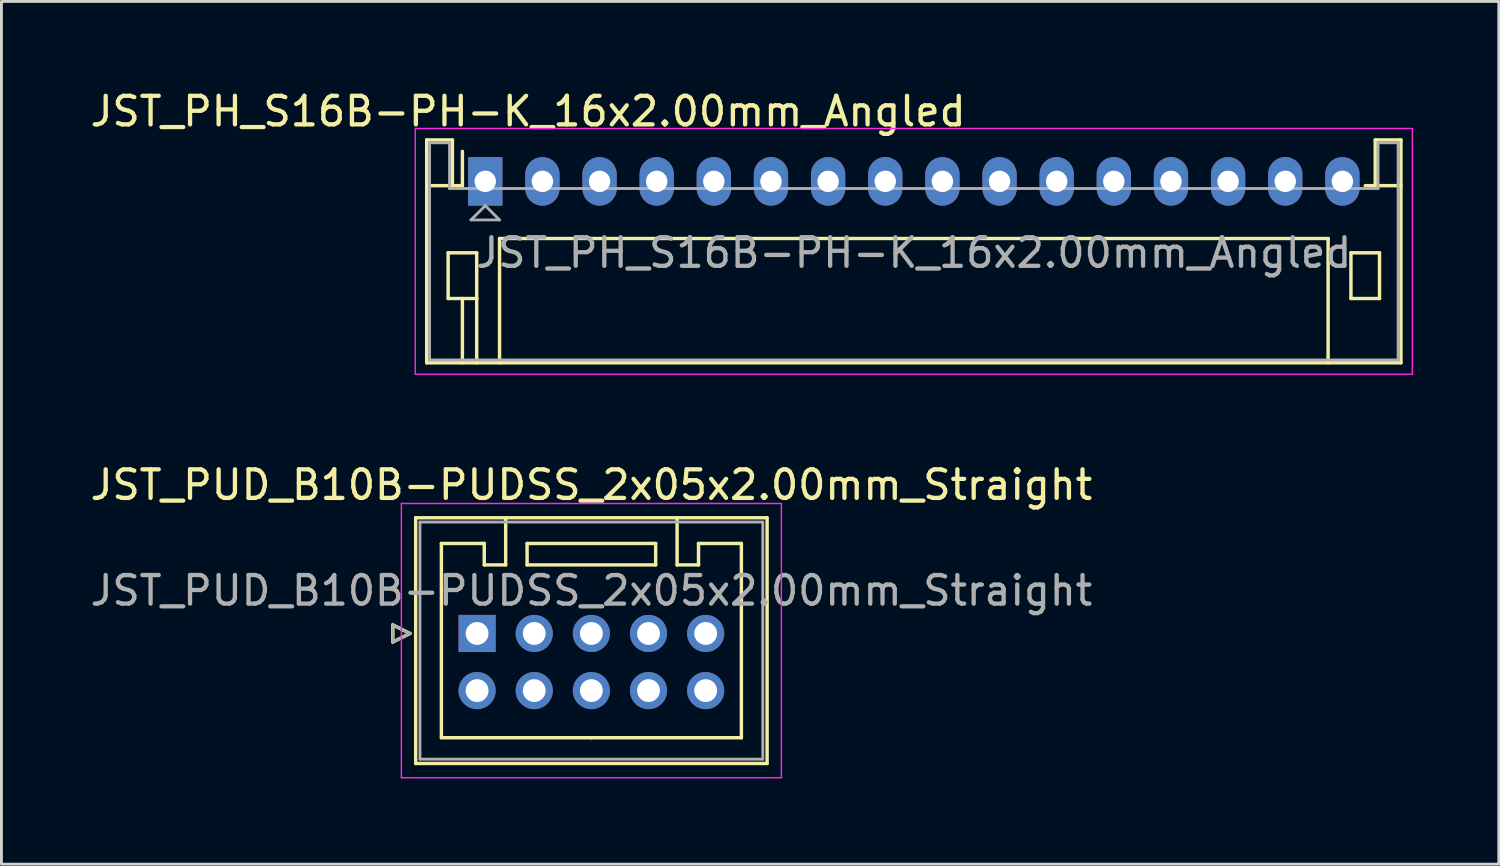
<source format=kicad_pcb>
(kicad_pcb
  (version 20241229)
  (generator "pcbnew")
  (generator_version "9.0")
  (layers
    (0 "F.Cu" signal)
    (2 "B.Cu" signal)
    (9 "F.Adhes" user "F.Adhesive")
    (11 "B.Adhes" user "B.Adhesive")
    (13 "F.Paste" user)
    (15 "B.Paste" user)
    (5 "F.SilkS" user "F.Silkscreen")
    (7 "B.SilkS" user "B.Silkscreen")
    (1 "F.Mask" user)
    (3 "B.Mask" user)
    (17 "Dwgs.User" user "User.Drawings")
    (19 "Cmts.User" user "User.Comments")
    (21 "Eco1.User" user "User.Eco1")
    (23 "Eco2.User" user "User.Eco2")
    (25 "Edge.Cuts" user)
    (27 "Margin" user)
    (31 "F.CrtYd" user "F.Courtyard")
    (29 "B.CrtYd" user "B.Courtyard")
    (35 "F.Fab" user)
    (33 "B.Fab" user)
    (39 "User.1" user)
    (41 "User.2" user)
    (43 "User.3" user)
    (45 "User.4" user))
  (footprint "JST_PUD_B10B-PUDSS_2x05x2.00mm_Straight"
    (layer "F.Cu")
    (at 13.649 19.122)
    (property "Reference" "JST_PUD_B10B-PUDSS_2x05x2.00mm_Straight" (at 4 -5.2 0) (layer "F.SilkS") (effects (font (size 1 1) (thickness 0.15))))
    (attr through_hole)
    (fp_line (start -2.95 -0.3) (end -2.35 0) (stroke (width 0.12) (type solid)) (layer "F.SilkS"))
    (fp_line (start -2.95 0.3) (end -2.95 -0.3) (stroke (width 0.12) (type solid)) (layer "F.SilkS"))
    (fp_line (start -2.35 0) (end -2.95 0.3) (stroke (width 0.12) (type solid)) (layer "F.SilkS"))
    (fp_line (start -2.15 -4.05) (end -2.15 4.55) (stroke (width 0.12) (type solid)) (layer "F.SilkS"))
    (fp_line (start -2.15 4.55) (end 10.15 4.55) (stroke (width 0.12) (type solid)) (layer "F.SilkS"))
    (fp_line (start -1.25 -3.15) (end -1.25 3.65) (stroke (width 0.12) (type solid)) (layer "F.SilkS"))
    (fp_line (start -1.25 3.65) (end 4 3.65) (stroke (width 0.12) (type solid)) (layer "F.SilkS"))
    (fp_line (start 0.25 -3.15) (end -1.25 -3.15) (stroke (width 0.12) (type solid)) (layer "F.SilkS"))
    (fp_line (start 0.25 -2.4) (end 0.25 -3.15) (stroke (width 0.12) (type solid)) (layer "F.SilkS"))
    (fp_line (start 1 -4.05) (end 1 -2.4) (stroke (width 0.12) (type solid)) (layer "F.SilkS"))
    (fp_line (start 1 -2.4) (end 0.25 -2.4) (stroke (width 0.12) (type solid)) (layer "F.SilkS"))
    (fp_line (start 1.75 -3.15) (end 1.75 -2.4) (stroke (width 0.12) (type solid)) (layer "F.SilkS"))
    (fp_line (start 1.75 -2.4) (end 6.25 -2.4) (stroke (width 0.12) (type solid)) (layer "F.SilkS"))
    (fp_line (start 6.25 -3.15) (end 1.75 -3.15) (stroke (width 0.12) (type solid)) (layer "F.SilkS"))
    (fp_line (start 6.25 -2.4) (end 6.25 -3.15) (stroke (width 0.12) (type solid)) (layer "F.SilkS"))
    (fp_line (start 7 -4.05) (end 7 -2.4) (stroke (width 0.12) (type solid)) (layer "F.SilkS"))
    (fp_line (start 7 -2.4) (end 7.75 -2.4) (stroke (width 0.12) (type solid)) (layer "F.SilkS"))
    (fp_line (start 7.75 -3.15) (end 9.25 -3.15) (stroke (width 0.12) (type solid)) (layer "F.SilkS"))
    (fp_line (start 7.75 -2.4) (end 7.75 -3.15) (stroke (width 0.12) (type solid)) (layer "F.SilkS"))
    (fp_line (start 9.25 -3.15) (end 9.25 3.65) (stroke (width 0.12) (type solid)) (layer "F.SilkS"))
    (fp_line (start 9.25 3.65) (end 4 3.65) (stroke (width 0.12) (type solid)) (layer "F.SilkS"))
    (fp_line (start 10.15 -4.05) (end -2.15 -4.05) (stroke (width 0.12) (type solid)) (layer "F.SilkS"))
    (fp_line (start 10.15 4.55) (end 10.15 -4.05) (stroke (width 0.12) (type solid)) (layer "F.SilkS"))
    (fp_line (start -2.65 -4.55) (end -2.65 5.05) (stroke (width 0.05) (type solid)) (layer "F.CrtYd"))
    (fp_line (start -2.65 5.05) (end 10.65 5.05) (stroke (width 0.05) (type solid)) (layer "F.CrtYd"))
    (fp_line (start 10.65 -4.55) (end -2.65 -4.55) (stroke (width 0.05) (type solid)) (layer "F.CrtYd"))
    (fp_line (start 10.65 5.05) (end 10.65 -4.55) (stroke (width 0.05) (type solid)) (layer "F.CrtYd"))
    (fp_line (start -2.95 -0.3) (end -2.35 0) (stroke (width 0.1) (type solid)) (layer "F.Fab"))
    (fp_line (start -2.95 0.3) (end -2.95 -0.3) (stroke (width 0.1) (type solid)) (layer "F.Fab"))
    (fp_line (start -2.35 0) (end -2.95 0.3) (stroke (width 0.1) (type solid)) (layer "F.Fab"))
    (fp_line (start -2 -3.9) (end -2 4.4) (stroke (width 0.1) (type solid)) (layer "F.Fab"))
    (fp_line (start -2 4.4) (end 10 4.4) (stroke (width 0.1) (type solid)) (layer "F.Fab"))
    (fp_line (start 10 -3.9) (end -2 -3.9) (stroke (width 0.1) (type solid)) (layer "F.Fab"))
    (fp_line (start 10 4.4) (end 10 -3.9) (stroke (width 0.1) (type solid)) (layer "F.Fab"))
    (fp_text user "${REFERENCE}" (at 4 -1.5 0) (layer "F.Fab") (effects (font (size 1 1) (thickness 0.15))))
    (pad "1" thru_hole rect (at 0 0) (size 1.3 1.3) (drill 0.8) (layers "*.Cu" "*.Mask"))
    (pad "2" thru_hole circle (at 0 2) (size 1.3 1.3) (drill 0.8) (layers "*.Cu" "*.Mask"))
    (pad "3" thru_hole circle (at 2 0) (size 1.3 1.3) (drill 0.8) (layers "*.Cu" "*.Mask"))
    (pad "4" thru_hole circle (at 2 2) (size 1.3 1.3) (drill 0.8) (layers "*.Cu" "*.Mask"))
    (pad "5" thru_hole circle (at 4 0) (size 1.3 1.3) (drill 0.8) (layers "*.Cu" "*.Mask"))
    (pad "6" thru_hole circle (at 4 2) (size 1.3 1.3) (drill 0.8) (layers "*.Cu" "*.Mask"))
    (pad "7" thru_hole circle (at 6 0) (size 1.3 1.3) (drill 0.8) (layers "*.Cu" "*.Mask"))
    (pad "8" thru_hole circle (at 6 2) (size 1.3 1.3) (drill 0.8) (layers "*.Cu" "*.Mask"))
    (pad "9" thru_hole circle (at 8 0) (size 1.3 1.3) (drill 0.8) (layers "*.Cu" "*.Mask"))
    (pad "10" thru_hole circle (at 8 2) (size 1.3 1.3) (drill 0.8) (layers "*.Cu" "*.Mask")))
  (footprint "JST_PH_S16B-PH-K_16x2.00mm_Angled"
    (layer "F.Cu")
    (at 13.935 3.298)
    (property "Reference" "JST_PH_S16B-PH-K_16x2.00mm_Angled" (at 1.5 -2.45 0) (layer "F.SilkS") (effects (font (size 1 1) (thickness 0.15))))
    (attr through_hole)
    (fp_line (start -2.05 -1.45) (end -2.05 6.35) (stroke (width 0.12) (type solid)) (layer "F.SilkS"))
    (fp_line (start -2.05 0.15) (end -1.15 0.15) (stroke (width 0.12) (type solid)) (layer "F.SilkS"))
    (fp_line (start -2.05 6.35) (end 32.05 6.35) (stroke (width 0.12) (type solid)) (layer "F.SilkS"))
    (fp_line (start -1.3 2.5) (end -1.3 4.1) (stroke (width 0.12) (type solid)) (layer "F.SilkS"))
    (fp_line (start -1.3 4.1) (end -0.3 4.1) (stroke (width 0.12) (type solid)) (layer "F.SilkS"))
    (fp_line (start -1.15 -1.45) (end -2.05 -1.45) (stroke (width 0.12) (type solid)) (layer "F.SilkS"))
    (fp_line (start -1.15 0.15) (end -1.15 -1.45) (stroke (width 0.12) (type solid)) (layer "F.SilkS"))
    (fp_line (start -0.8 0.15) (end -1.15 0.15) (stroke (width 0.12) (type solid)) (layer "F.SilkS"))
    (fp_line (start -0.8 0.15) (end -0.8 -1.05) (stroke (width 0.12) (type solid)) (layer "F.SilkS"))
    (fp_line (start -0.8 4.1) (end -0.8 6.35) (stroke (width 0.12) (type solid)) (layer "F.SilkS"))
    (fp_line (start -0.3 2.5) (end -1.3 2.5) (stroke (width 0.12) (type solid)) (layer "F.SilkS"))
    (fp_line (start -0.3 4.1) (end -0.3 2.5) (stroke (width 0.12) (type solid)) (layer "F.SilkS"))
    (fp_line (start -0.3 4.1) (end -0.3 6.35) (stroke (width 0.12) (type solid)) (layer "F.SilkS"))
    (fp_line (start 0.5 2) (end 29.5 2) (stroke (width 0.12) (type solid)) (layer "F.SilkS"))
    (fp_line (start 0.5 6.35) (end 0.5 2) (stroke (width 0.12) (type solid)) (layer "F.SilkS"))
    (fp_line (start 29.5 2) (end 29.5 6.35) (stroke (width 0.12) (type solid)) (layer "F.SilkS"))
    (fp_line (start 30.3 2.5) (end 31.3 2.5) (stroke (width 0.12) (type solid)) (layer "F.SilkS"))
    (fp_line (start 30.3 4.1) (end 30.3 2.5) (stroke (width 0.12) (type solid)) (layer "F.SilkS"))
    (fp_line (start 31.15 -1.45) (end 31.15 0.15) (stroke (width 0.12) (type solid)) (layer "F.SilkS"))
    (fp_line (start 31.15 0.15) (end 30.8 0.15) (stroke (width 0.12) (type solid)) (layer "F.SilkS"))
    (fp_line (start 31.3 2.5) (end 31.3 4.1) (stroke (width 0.12) (type solid)) (layer "F.SilkS"))
    (fp_line (start 31.3 4.1) (end 30.3 4.1) (stroke (width 0.12) (type solid)) (layer "F.SilkS"))
    (fp_line (start 32.05 -1.45) (end 31.15 -1.45) (stroke (width 0.12) (type solid)) (layer "F.SilkS"))
    (fp_line (start 32.05 0.15) (end 31.15 0.15) (stroke (width 0.12) (type solid)) (layer "F.SilkS"))
    (fp_line (start 32.05 6.35) (end 32.05 -1.45) (stroke (width 0.12) (type solid)) (layer "F.SilkS"))
    (fp_line (start -2.45 -1.85) (end -2.45 6.75) (stroke (width 0.05) (type solid)) (layer "F.CrtYd"))
    (fp_line (start -2.45 6.75) (end 32.45 6.75) (stroke (width 0.05) (type solid)) (layer "F.CrtYd"))
    (fp_line (start 32.45 -1.85) (end -2.45 -1.85) (stroke (width 0.05) (type solid)) (layer "F.CrtYd"))
    (fp_line (start 32.45 6.75) (end 32.45 -1.85) (stroke (width 0.05) (type solid)) (layer "F.CrtYd"))
    (fp_line (start -1.95 -1.35) (end -1.95 6.25) (stroke (width 0.1) (type solid)) (layer "F.Fab"))
    (fp_line (start -1.95 6.25) (end 31.95 6.25) (stroke (width 0.1) (type solid)) (layer "F.Fab"))
    (fp_line (start -1.25 -1.35) (end -1.95 -1.35) (stroke (width 0.1) (type solid)) (layer "F.Fab"))
    (fp_line (start -1.25 0.25) (end -1.25 -1.35) (stroke (width 0.1) (type solid)) (layer "F.Fab"))
    (fp_line (start -0.5 1.35) (end 0.5 1.35) (stroke (width 0.1) (type solid)) (layer "F.Fab"))
    (fp_line (start 0 0.85) (end -0.5 1.35) (stroke (width 0.1) (type solid)) (layer "F.Fab"))
    (fp_line (start 0.5 1.35) (end 0 0.85) (stroke (width 0.1) (type solid)) (layer "F.Fab"))
    (fp_line (start 31.25 -1.35) (end 31.25 0.25) (stroke (width 0.1) (type solid)) (layer "F.Fab"))
    (fp_line (start 31.25 0.25) (end -1.25 0.25) (stroke (width 0.1) (type solid)) (layer "F.Fab"))
    (fp_line (start 31.95 -1.35) (end 31.25 -1.35) (stroke (width 0.1) (type solid)) (layer "F.Fab"))
    (fp_line (start 31.95 6.25) (end 31.95 -1.35) (stroke (width 0.1) (type solid)) (layer "F.Fab"))
    (fp_text user "${REFERENCE}" (at 15 2.5 0) (layer "F.Fab") (effects (font (size 1 1) (thickness 0.15))))
    (pad "1" thru_hole rect (at 0 0) (size 1.2 1.7) (drill 0.75) (layers "*.Cu" "*.Mask"))
    (pad "2" thru_hole oval (at 2 0) (size 1.2 1.7) (drill 0.75) (layers "*.Cu" "*.Mask"))
    (pad "3" thru_hole oval (at 4 0) (size 1.2 1.7) (drill 0.75) (layers "*.Cu" "*.Mask"))
    (pad "4" thru_hole oval (at 6 0) (size 1.2 1.7) (drill 0.75) (layers "*.Cu" "*.Mask"))
    (pad "5" thru_hole oval (at 8 0) (size 1.2 1.7) (drill 0.75) (layers "*.Cu" "*.Mask"))
    (pad "6" thru_hole oval (at 10 0) (size 1.2 1.7) (drill 0.75) (layers "*.Cu" "*.Mask"))
    (pad "7" thru_hole oval (at 12 0) (size 1.2 1.7) (drill 0.75) (layers "*.Cu" "*.Mask"))
    (pad "8" thru_hole oval (at 14 0) (size 1.2 1.7) (drill 0.75) (layers "*.Cu" "*.Mask"))
    (pad "9" thru_hole oval (at 16 0) (size 1.2 1.7) (drill 0.75) (layers "*.Cu" "*.Mask"))
    (pad "10" thru_hole oval (at 18 0) (size 1.2 1.7) (drill 0.75) (layers "*.Cu" "*.Mask"))
    (pad "11" thru_hole oval (at 20 0) (size 1.2 1.7) (drill 0.75) (layers "*.Cu" "*.Mask"))
    (pad "12" thru_hole oval (at 22 0) (size 1.2 1.7) (drill 0.75) (layers "*.Cu" "*.Mask"))
    (pad "13" thru_hole oval (at 24 0) (size 1.2 1.7) (drill 0.75) (layers "*.Cu" "*.Mask"))
    (pad "14" thru_hole oval (at 26 0) (size 1.2 1.7) (drill 0.75) (layers "*.Cu" "*.Mask"))
    (pad "15" thru_hole oval (at 28 0) (size 1.2 1.7) (drill 0.75) (layers "*.Cu" "*.Mask"))
    (pad "16" thru_hole oval (at 30 0) (size 1.2 1.7) (drill 0.75) (layers "*.Cu" "*.Mask")))
  (gr_rect
    (start -3 -3)
    (end 49.41 27.197)
    (stroke (width 0.1) (type default))
    (fill no)
    (layer "Edge.Cuts")))
</source>
